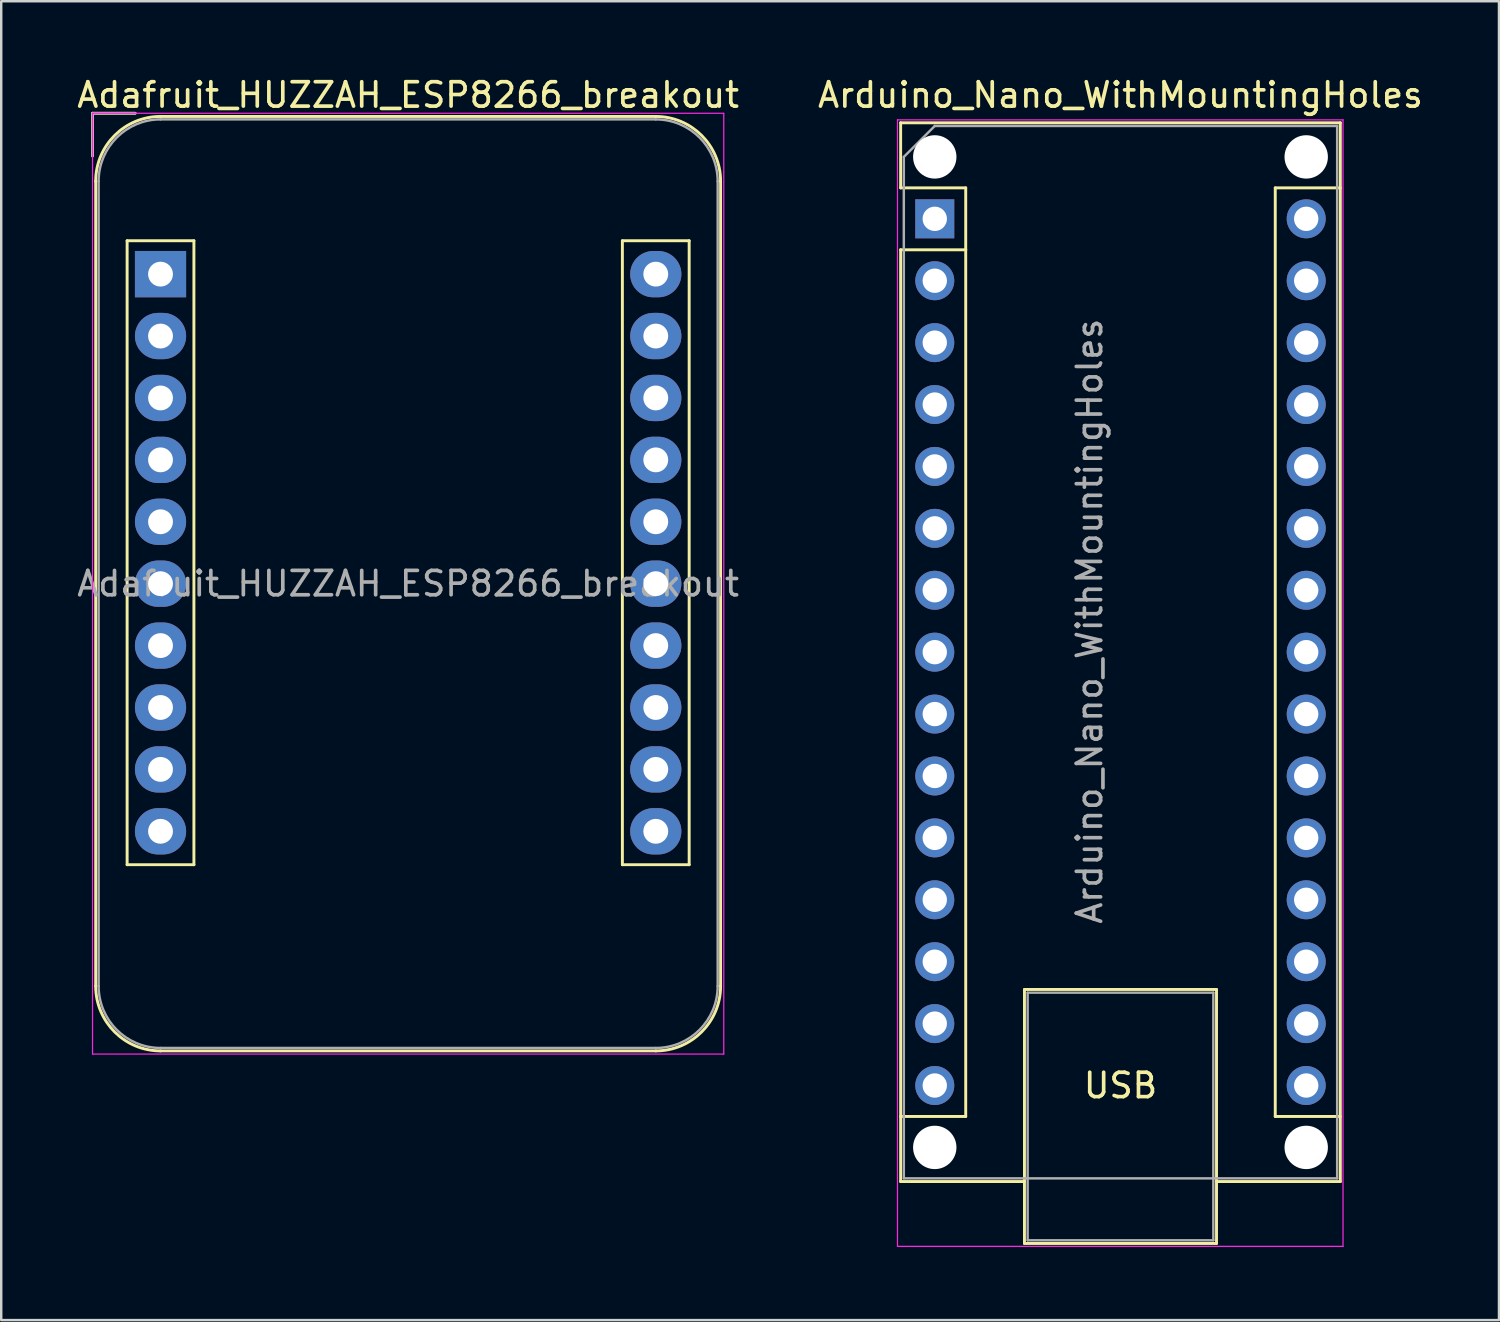
<source format=kicad_pcb>
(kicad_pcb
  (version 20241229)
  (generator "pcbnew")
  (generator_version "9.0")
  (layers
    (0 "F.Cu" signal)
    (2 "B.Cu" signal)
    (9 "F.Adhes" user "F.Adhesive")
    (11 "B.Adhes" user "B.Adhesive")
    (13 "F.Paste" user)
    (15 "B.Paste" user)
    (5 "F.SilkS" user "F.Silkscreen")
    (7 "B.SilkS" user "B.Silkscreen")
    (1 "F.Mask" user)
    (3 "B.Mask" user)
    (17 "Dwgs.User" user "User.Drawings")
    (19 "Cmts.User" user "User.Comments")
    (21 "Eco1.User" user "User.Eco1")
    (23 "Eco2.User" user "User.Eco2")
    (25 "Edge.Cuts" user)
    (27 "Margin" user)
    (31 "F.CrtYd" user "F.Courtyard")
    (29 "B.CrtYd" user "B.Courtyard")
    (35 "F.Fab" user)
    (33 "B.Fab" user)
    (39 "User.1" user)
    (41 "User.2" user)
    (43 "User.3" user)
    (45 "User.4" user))
  (footprint "Adafruit_HUZZAH_ESP8266_breakout"
    (layer "F.Cu")
    (at 3.536 8.198)
    (property "Reference" "Adafruit_HUZZAH_ESP8266_breakout" (at 10.16 -7.35 0) (layer "F.SilkS") (effects (font (size 1 1) (thickness 0.15))))
    (attr through_hole)
    (fp_line (start -2.79 -6.6) (end -1.04 -6.6) (stroke (width 0.12) (type solid)) (layer "F.SilkS"))
    (fp_line (start -2.79 -4.85) (end -2.79 -6.6) (stroke (width 0.12) (type solid)) (layer "F.SilkS"))
    (fp_line (start -2.66 -3.81) (end -2.66 29.21) (stroke (width 0.12) (type solid)) (layer "F.SilkS"))
    (fp_line (start -1.37 -1.37) (end -1.37 24.23) (stroke (width 0.12) (type solid)) (layer "F.SilkS"))
    (fp_line (start -1.37 24.23) (end 1.37 24.23) (stroke (width 0.12) (type solid)) (layer "F.SilkS"))
    (fp_line (start 0 -6.47) (end 20.32 -6.47) (stroke (width 0.12) (type solid)) (layer "F.SilkS"))
    (fp_line (start 0 31.87) (end 20.32 31.87) (stroke (width 0.12) (type solid)) (layer "F.SilkS"))
    (fp_line (start 1.37 -1.37) (end -1.37 -1.37) (stroke (width 0.12) (type solid)) (layer "F.SilkS"))
    (fp_line (start 1.37 24.23) (end 1.37 -1.37) (stroke (width 0.12) (type solid)) (layer "F.SilkS"))
    (fp_line (start 18.95 -1.37) (end 18.95 24.23) (stroke (width 0.12) (type solid)) (layer "F.SilkS"))
    (fp_line (start 18.95 24.23) (end 21.69 24.23) (stroke (width 0.12) (type solid)) (layer "F.SilkS"))
    (fp_line (start 21.69 -1.37) (end 18.95 -1.37) (stroke (width 0.12) (type solid)) (layer "F.SilkS"))
    (fp_line (start 21.69 24.23) (end 21.69 -1.37) (stroke (width 0.12) (type solid)) (layer "F.SilkS"))
    (fp_line (start 22.98 -3.81) (end 22.98 29.21) (stroke (width 0.12) (type solid)) (layer "F.SilkS"))
    (fp_arc (start -2.66 -3.81) (mid -1.880904 -5.690904) (end 0 -6.47) (stroke (width 0.12) (type solid)) (layer "F.SilkS"))
    (fp_arc (start 0 31.87) (mid -1.880904 31.090904) (end -2.66 29.21) (stroke (width 0.12) (type solid)) (layer "F.SilkS"))
    (fp_arc (start 20.32 -6.47) (mid 22.200904 -5.690904) (end 22.98 -3.81) (stroke (width 0.12) (type solid)) (layer "F.SilkS"))
    (fp_arc (start 22.98 29.21) (mid 22.200904 31.090904) (end 20.32 31.87) (stroke (width 0.12) (type solid)) (layer "F.SilkS"))
    (fp_line (start -2.79 -6.6) (end -2.79 32) (stroke (width 0.05) (type solid)) (layer "F.CrtYd"))
    (fp_line (start -2.79 32) (end 23.11 32) (stroke (width 0.05) (type solid)) (layer "F.CrtYd"))
    (fp_line (start 23.11 -6.6) (end -2.79 -6.6) (stroke (width 0.05) (type solid)) (layer "F.CrtYd"))
    (fp_line (start 23.11 32) (end 23.11 -6.6) (stroke (width 0.05) (type solid)) (layer "F.CrtYd"))
    (fp_line (start -2.79 -6.6) (end -1.04 -6.6) (stroke (width 0.1) (type solid)) (layer "F.Fab"))
    (fp_line (start -2.79 -4.85) (end -2.79 -6.6) (stroke (width 0.1) (type solid)) (layer "F.Fab"))
    (fp_line (start -2.54 -3.81) (end -2.54 29.21) (stroke (width 0.1) (type solid)) (layer "F.Fab"))
    (fp_line (start 0 -6.35) (end 20.32 -6.35) (stroke (width 0.1) (type solid)) (layer "F.Fab"))
    (fp_line (start 0 31.75) (end 20.32 31.75) (stroke (width 0.1) (type solid)) (layer "F.Fab"))
    (fp_line (start 22.86 -3.81) (end 22.86 29.21) (stroke (width 0.1) (type solid)) (layer "F.Fab"))
    (fp_arc (start -2.54 -3.81) (mid -1.796051 -5.606051) (end 0 -6.35) (stroke (width 0.1) (type solid)) (layer "F.Fab"))
    (fp_arc (start 0 31.75) (mid -1.796051 31.006051) (end -2.54 29.21) (stroke (width 0.1) (type solid)) (layer "F.Fab"))
    (fp_arc (start 20.32 -6.35) (mid 22.116051 -5.606051) (end 22.86 -3.81) (stroke (width 0.1) (type solid)) (layer "F.Fab"))
    (fp_arc (start 22.86 29.21) (mid 22.116051 31.006051) (end 20.32 31.75) (stroke (width 0.1) (type solid)) (layer "F.Fab"))
    (fp_text user "${REFERENCE}" (at 10.16 12.7 0) (layer "F.Fab") (effects (font (size 1 1) (thickness 0.15))))
    (pad "1" thru_hole rect (at 0 0) (size 2.1 1.9) (drill 1.02) (layers "*.Cu" "*.Mask"))
    (pad "2" thru_hole oval (at 0 2.54) (size 2.1 1.9) (drill 1.02) (layers "*.Cu" "*.Mask"))
    (pad "3" thru_hole oval (at 0 5.08) (size 2.1 1.9) (drill 1.02) (layers "*.Cu" "*.Mask"))
    (pad "4" thru_hole oval (at 0 7.62) (size 2.1 1.9) (drill 1.02) (layers "*.Cu" "*.Mask"))
    (pad "5" thru_hole oval (at 0 10.16) (size 2.1 1.9) (drill 1.02) (layers "*.Cu" "*.Mask"))
    (pad "6" thru_hole oval (at 0 12.7) (size 2.1 1.9) (drill 1.02) (layers "*.Cu" "*.Mask"))
    (pad "7" thru_hole oval (at 0 15.24) (size 2.1 1.9) (drill 1.02) (layers "*.Cu" "*.Mask"))
    (pad "8" thru_hole oval (at 0 17.78) (size 2.1 1.9) (drill 1.02) (layers "*.Cu" "*.Mask"))
    (pad "9" thru_hole oval (at 0 20.32) (size 2.1 1.9) (drill 1.02) (layers "*.Cu" "*.Mask"))
    (pad "10" thru_hole oval (at 0 22.86) (size 2.1 1.9) (drill 1.02) (layers "*.Cu" "*.Mask"))
    (pad "11" thru_hole oval (at 20.32 22.86) (size 2.1 1.9) (drill 1.02) (layers "*.Cu" "*.Mask"))
    (pad "12" thru_hole oval (at 20.32 20.32) (size 2.1 1.9) (drill 1.02) (layers "*.Cu" "*.Mask"))
    (pad "13" thru_hole oval (at 20.32 17.78) (size 2.1 1.9) (drill 1.02) (layers "*.Cu" "*.Mask"))
    (pad "14" thru_hole oval (at 20.32 15.24) (size 2.1 1.9) (drill 1.02) (layers "*.Cu" "*.Mask"))
    (pad "15" thru_hole oval (at 20.32 12.7) (size 2.1 1.9) (drill 1.02) (layers "*.Cu" "*.Mask"))
    (pad "16" thru_hole oval (at 20.32 10.16) (size 2.1 1.9) (drill 1.02) (layers "*.Cu" "*.Mask"))
    (pad "17" thru_hole oval (at 20.32 7.62) (size 2.1 1.9) (drill 1.02) (layers "*.Cu" "*.Mask"))
    (pad "18" thru_hole oval (at 20.32 5.08) (size 2.1 1.9) (drill 1.02) (layers "*.Cu" "*.Mask"))
    (pad "19" thru_hole oval (at 20.32 2.54) (size 2.1 1.9) (drill 1.02) (layers "*.Cu" "*.Mask"))
    (pad "20" thru_hole oval (at 20.32 0) (size 2.1 1.9) (drill 1.02) (layers "*.Cu" "*.Mask")))
  (footprint "Arduino_Nano_WithMountingHoles"
    (layer "F.Cu")
    (at 35.303 5.928)
    (property "Reference" "Arduino_Nano_WithMountingHoles" (at 7.62 -5.08 0) (layer "F.SilkS") (effects (font (size 1 1) (thickness 0.15))))
    (attr through_hole)
    (fp_line (start -1.4 -3.94) (end -1.4 -1.27) (stroke (width 0.12) (type solid)) (layer "F.SilkS"))
    (fp_line (start -1.4 1.27) (end -1.4 39.5) (stroke (width 0.12) (type solid)) (layer "F.SilkS"))
    (fp_line (start -1.4 39.5) (end 3.68 39.5) (stroke (width 0.12) (type solid)) (layer "F.SilkS"))
    (fp_line (start 1.27 -1.27) (end -1.4 -1.27) (stroke (width 0.12) (type solid)) (layer "F.SilkS"))
    (fp_line (start 1.27 1.27) (end -1.4 1.27) (stroke (width 0.12) (type solid)) (layer "F.SilkS"))
    (fp_line (start 1.27 1.27) (end 1.27 -1.27) (stroke (width 0.12) (type solid)) (layer "F.SilkS"))
    (fp_line (start 1.27 1.27) (end 1.27 36.83) (stroke (width 0.12) (type solid)) (layer "F.SilkS"))
    (fp_line (start 1.27 36.83) (end -1.4 36.83) (stroke (width 0.12) (type solid)) (layer "F.SilkS"))
    (fp_line (start 3.68 31.62) (end 11.56 31.62) (stroke (width 0.12) (type solid)) (layer "F.SilkS"))
    (fp_line (start 3.68 42.04) (end 3.68 31.62) (stroke (width 0.12) (type solid)) (layer "F.SilkS"))
    (fp_line (start 11.56 31.62) (end 11.56 42.04) (stroke (width 0.12) (type solid)) (layer "F.SilkS"))
    (fp_line (start 11.56 42.04) (end 3.68 42.04) (stroke (width 0.12) (type solid)) (layer "F.SilkS"))
    (fp_line (start 13.97 -1.27) (end 13.97 36.83) (stroke (width 0.12) (type solid)) (layer "F.SilkS"))
    (fp_line (start 13.97 -1.27) (end 16.64 -1.27) (stroke (width 0.12) (type solid)) (layer "F.SilkS"))
    (fp_line (start 13.97 36.83) (end 16.64 36.83) (stroke (width 0.12) (type solid)) (layer "F.SilkS"))
    (fp_line (start 16.64 -3.94) (end -1.4 -3.94) (stroke (width 0.12) (type solid)) (layer "F.SilkS"))
    (fp_line (start 16.64 39.5) (end 11.56 39.5) (stroke (width 0.12) (type solid)) (layer "F.SilkS"))
    (fp_line (start 16.64 39.5) (end 16.64 -3.94) (stroke (width 0.12) (type solid)) (layer "F.SilkS"))
    (fp_line (start -1.53 -4.06) (end -1.53 42.16) (stroke (width 0.05) (type solid)) (layer "F.CrtYd"))
    (fp_line (start -1.53 -4.06) (end 16.75 -4.06) (stroke (width 0.05) (type solid)) (layer "F.CrtYd"))
    (fp_line (start 16.75 42.16) (end -1.53 42.16) (stroke (width 0.05) (type solid)) (layer "F.CrtYd"))
    (fp_line (start 16.75 42.16) (end 16.75 -4.06) (stroke (width 0.05) (type solid)) (layer "F.CrtYd"))
    (fp_line (start -1.27 -2.54) (end 0 -3.81) (stroke (width 0.1) (type solid)) (layer "F.Fab"))
    (fp_line (start -1.27 39.37) (end -1.27 -2.54) (stroke (width 0.1) (type solid)) (layer "F.Fab"))
    (fp_line (start 0 -3.81) (end 16.51 -3.81) (stroke (width 0.1) (type solid)) (layer "F.Fab"))
    (fp_line (start 3.81 31.75) (end 11.43 31.75) (stroke (width 0.1) (type solid)) (layer "F.Fab"))
    (fp_line (start 3.81 41.91) (end 3.81 31.75) (stroke (width 0.1) (type solid)) (layer "F.Fab"))
    (fp_line (start 11.43 31.75) (end 11.43 41.91) (stroke (width 0.1) (type solid)) (layer "F.Fab"))
    (fp_line (start 11.43 41.91) (end 3.81 41.91) (stroke (width 0.1) (type solid)) (layer "F.Fab"))
    (fp_line (start 16.51 -3.81) (end 16.51 39.37) (stroke (width 0.1) (type solid)) (layer "F.Fab"))
    (fp_line (start 16.51 39.37) (end -1.27 39.37) (stroke (width 0.1) (type solid)) (layer "F.Fab"))
    (fp_text user "USB" (at 7.62 35.56 0) (unlocked yes) (layer "F.SilkS") (effects (font (size 1 1) (thickness 0.15))))
    (fp_text user "${REFERENCE}" (at 6.35 16.51 90) (layer "F.Fab") (effects (font (size 1 1) (thickness 0.15))))
    (pad "" np_thru_hole circle (at 0 -2.54) (size 1.78 1.78) (drill 1.78) (layers "*.Cu" "*.Mask"))
    (pad "" np_thru_hole circle (at 0 38.1) (size 1.78 1.78) (drill 1.78) (layers "*.Cu" "*.Mask"))
    (pad "" np_thru_hole circle (at 15.24 -2.54) (size 1.78 1.78) (drill 1.78) (layers "*.Cu" "*.Mask"))
    (pad "" np_thru_hole circle (at 15.24 38.1) (size 1.78 1.78) (drill 1.78) (layers "*.Cu" "*.Mask"))
    (pad "1" thru_hole rect (at 0 0) (size 1.6 1.6) (drill 1) (layers "*.Cu" "*.Mask"))
    (pad "2" thru_hole oval (at 0 2.54) (size 1.6 1.6) (drill 1) (layers "*.Cu" "*.Mask"))
    (pad "3" thru_hole oval (at 0 5.08) (size 1.6 1.6) (drill 1) (layers "*.Cu" "*.Mask"))
    (pad "4" thru_hole oval (at 0 7.62) (size 1.6 1.6) (drill 1) (layers "*.Cu" "*.Mask"))
    (pad "5" thru_hole oval (at 0 10.16) (size 1.6 1.6) (drill 1) (layers "*.Cu" "*.Mask"))
    (pad "6" thru_hole oval (at 0 12.7) (size 1.6 1.6) (drill 1) (layers "*.Cu" "*.Mask"))
    (pad "7" thru_hole oval (at 0 15.24) (size 1.6 1.6) (drill 1) (layers "*.Cu" "*.Mask"))
    (pad "8" thru_hole oval (at 0 17.78) (size 1.6 1.6) (drill 1) (layers "*.Cu" "*.Mask"))
    (pad "9" thru_hole oval (at 0 20.32) (size 1.6 1.6) (drill 1) (layers "*.Cu" "*.Mask"))
    (pad "10" thru_hole oval (at 0 22.86) (size 1.6 1.6) (drill 1) (layers "*.Cu" "*.Mask"))
    (pad "11" thru_hole oval (at 0 25.4) (size 1.6 1.6) (drill 1) (layers "*.Cu" "*.Mask"))
    (pad "12" thru_hole oval (at 0 27.94) (size 1.6 1.6) (drill 1) (layers "*.Cu" "*.Mask"))
    (pad "13" thru_hole oval (at 0 30.48) (size 1.6 1.6) (drill 1) (layers "*.Cu" "*.Mask"))
    (pad "14" thru_hole oval (at 0 33.02) (size 1.6 1.6) (drill 1) (layers "*.Cu" "*.Mask"))
    (pad "15" thru_hole oval (at 0 35.56) (size 1.6 1.6) (drill 1) (layers "*.Cu" "*.Mask"))
    (pad "16" thru_hole oval (at 15.24 35.56) (size 1.6 1.6) (drill 1) (layers "*.Cu" "*.Mask"))
    (pad "17" thru_hole oval (at 15.24 33.02) (size 1.6 1.6) (drill 1) (layers "*.Cu" "*.Mask"))
    (pad "18" thru_hole oval (at 15.24 30.48) (size 1.6 1.6) (drill 1) (layers "*.Cu" "*.Mask"))
    (pad "19" thru_hole oval (at 15.24 27.94) (size 1.6 1.6) (drill 1) (layers "*.Cu" "*.Mask"))
    (pad "20" thru_hole oval (at 15.24 25.4) (size 1.6 1.6) (drill 1) (layers "*.Cu" "*.Mask"))
    (pad "21" thru_hole oval (at 15.24 22.86) (size 1.6 1.6) (drill 1) (layers "*.Cu" "*.Mask"))
    (pad "22" thru_hole oval (at 15.24 20.32) (size 1.6 1.6) (drill 1) (layers "*.Cu" "*.Mask"))
    (pad "23" thru_hole oval (at 15.24 17.78) (size 1.6 1.6) (drill 1) (layers "*.Cu" "*.Mask"))
    (pad "24" thru_hole oval (at 15.24 15.24) (size 1.6 1.6) (drill 1) (layers "*.Cu" "*.Mask"))
    (pad "25" thru_hole oval (at 15.24 12.7) (size 1.6 1.6) (drill 1) (layers "*.Cu" "*.Mask"))
    (pad "26" thru_hole oval (at 15.24 10.16) (size 1.6 1.6) (drill 1) (layers "*.Cu" "*.Mask"))
    (pad "27" thru_hole oval (at 15.24 7.62) (size 1.6 1.6) (drill 1) (layers "*.Cu" "*.Mask"))
    (pad "28" thru_hole oval (at 15.24 5.08) (size 1.6 1.6) (drill 1) (layers "*.Cu" "*.Mask"))
    (pad "29" thru_hole oval (at 15.24 2.54) (size 1.6 1.6) (drill 1) (layers "*.Cu" "*.Mask"))
    (pad "30" thru_hole oval (at 15.24 0) (size 1.6 1.6) (drill 1) (layers "*.Cu" "*.Mask")))
  (gr_rect
    (start -3 -3)
    (end 58.452 51.113)
    (stroke (width 0.1) (type default))
    (fill no)
    (layer "Edge.Cuts")))
</source>
